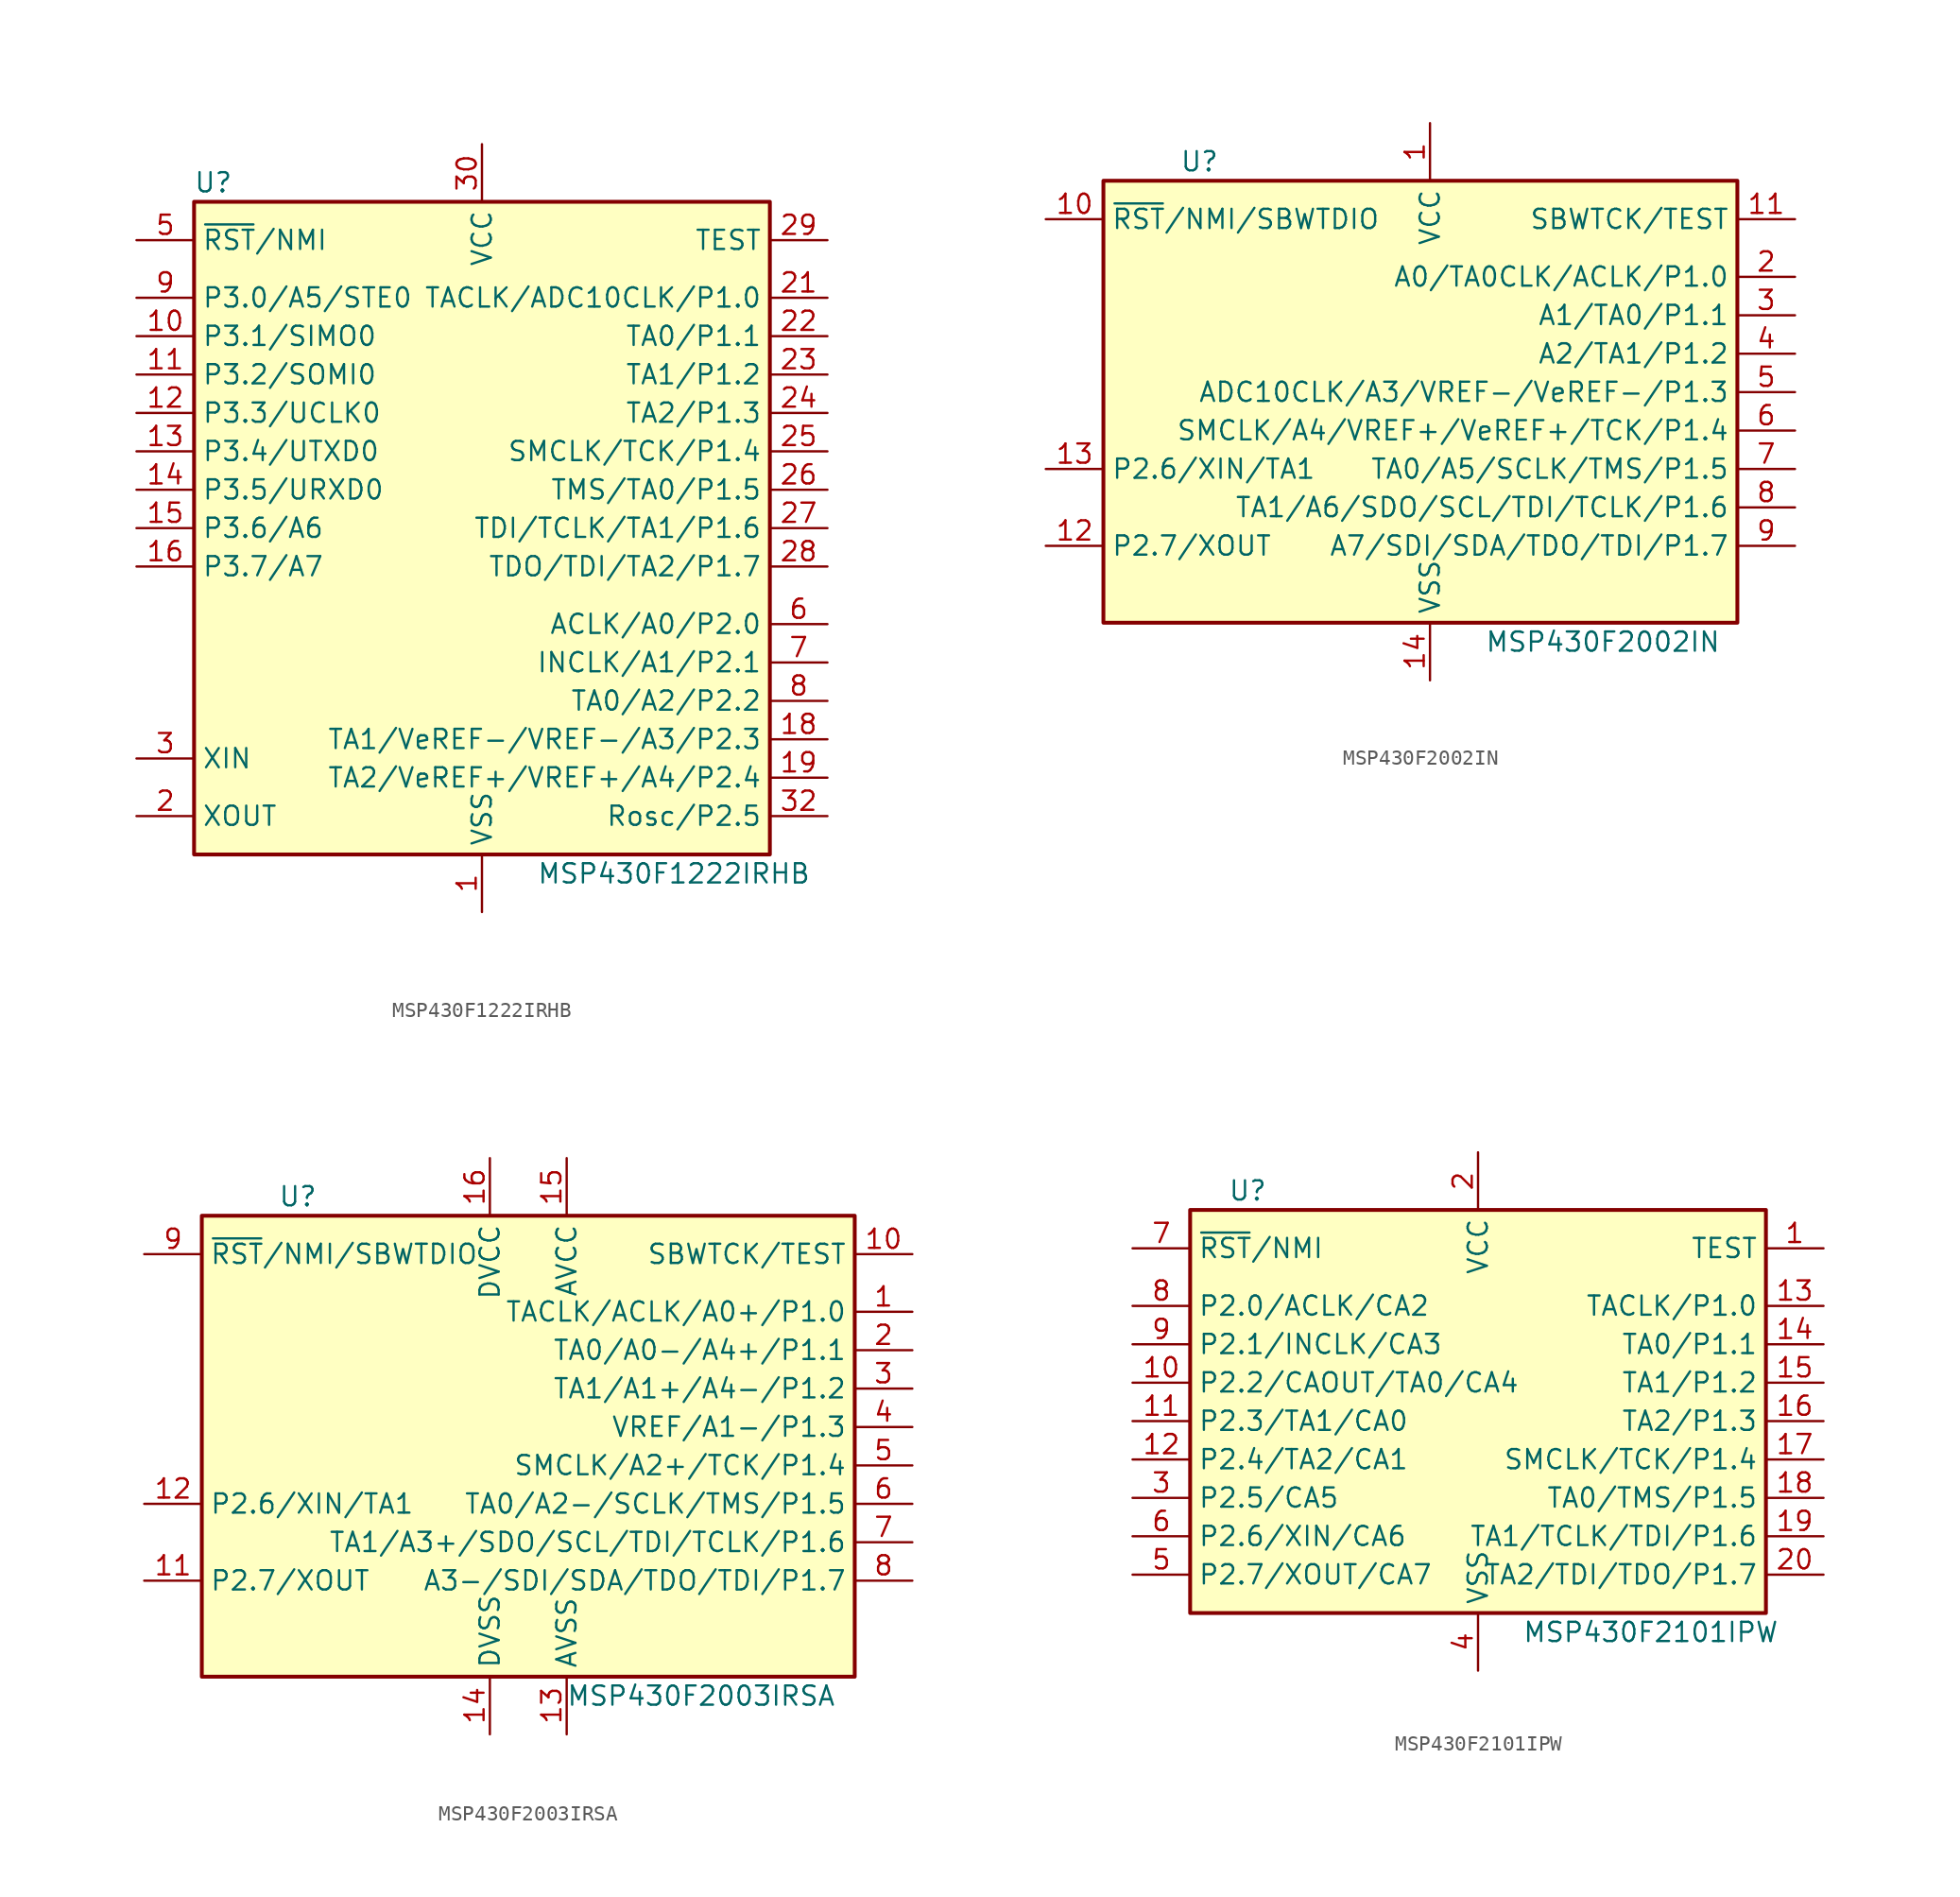
<source format=kicad_sym>
(kicad_symbol_lib
  (version 20231120)
  (generator "kicad_symbol_editor")
  (generator_version "8.0")
  (symbol "MSP430F1222IRHB"
    (property "Reference" "U"
      (at -17.78 22.86 0)
      (effects (font (size 1.27 1.27))))
    (property "Value" "MSP430F1222IRHB"
      (at 12.7 -22.86 0)
      (effects (font (size 1.27 1.27))))
    (symbol "MSP430F1222IRHB_0_1"
      (rectangle (start -19.05 21.59) (end 19.05 -21.59) (stroke (width 0.254) (type default)) (fill (type background))))
    (symbol "MSP430F1222IRHB_1_1"
      (pin power_in line (at 0 -25.4 90) (length 3.81) (name "VSS" (effects (font (size 1.27 1.27)))) (number "1" (effects (font (size 1.27 1.27)))))
      (pin bidirectional line (at -22.86 12.7 0) (length 3.81) (name "P3.1/SIMO0" (effects (font (size 1.27 1.27)))) (number "10" (effects (font (size 1.27 1.27)))))
      (pin bidirectional line (at -22.86 10.16 0) (length 3.81) (name "P3.2/SOMI0" (effects (font (size 1.27 1.27)))) (number "11" (effects (font (size 1.27 1.27)))))
      (pin bidirectional line (at -22.86 7.62 0) (length 3.81) (name "P3.3/UCLK0" (effects (font (size 1.27 1.27)))) (number "12" (effects (font (size 1.27 1.27)))))
      (pin bidirectional line (at -22.86 5.08 0) (length 3.81) (name "P3.4/UTXD0" (effects (font (size 1.27 1.27)))) (number "13" (effects (font (size 1.27 1.27)))))
      (pin bidirectional line (at -22.86 2.54 0) (length 3.81) (name "P3.5/URXD0" (effects (font (size 1.27 1.27)))) (number "14" (effects (font (size 1.27 1.27)))))
      (pin bidirectional line (at -22.86 0 0) (length 3.81) (name "P3.6/A6" (effects (font (size 1.27 1.27)))) (number "15" (effects (font (size 1.27 1.27)))))
      (pin bidirectional line (at -22.86 -2.54 0) (length 3.81) (name "P3.7/A7" (effects (font (size 1.27 1.27)))) (number "16" (effects (font (size 1.27 1.27)))))
      (pin bidirectional line (at 22.86 -13.97 180) (length 3.81) (name "TA1/VeREF-/VREF-/A3/P2.3" (effects (font (size 1.27 1.27)))) (number "18" (effects (font (size 1.27 1.27)))))
      (pin bidirectional line (at 22.86 -16.51 180) (length 3.81) (name "TA2/VeREF+/VREF+/A4/P2.4" (effects (font (size 1.27 1.27)))) (number "19" (effects (font (size 1.27 1.27)))))
      (pin output line (at -22.86 -19.05 0) (length 3.81) (name "XOUT" (effects (font (size 1.27 1.27)))) (number "2" (effects (font (size 1.27 1.27)))))
      (pin bidirectional line (at 22.86 15.24 180) (length 3.81) (name "TACLK/ADC10CLK/P1.0" (effects (font (size 1.27 1.27)))) (number "21" (effects (font (size 1.27 1.27)))))
      (pin bidirectional line (at 22.86 12.7 180) (length 3.81) (name "TA0/P1.1" (effects (font (size 1.27 1.27)))) (number "22" (effects (font (size 1.27 1.27)))))
      (pin bidirectional line (at 22.86 10.16 180) (length 3.81) (name "TA1/P1.2" (effects (font (size 1.27 1.27)))) (number "23" (effects (font (size 1.27 1.27)))))
      (pin bidirectional line (at 22.86 7.62 180) (length 3.81) (name "TA2/P1.3" (effects (font (size 1.27 1.27)))) (number "24" (effects (font (size 1.27 1.27)))))
      (pin bidirectional line (at 22.86 5.08 180) (length 3.81) (name "SMCLK/TCK/P1.4" (effects (font (size 1.27 1.27)))) (number "25" (effects (font (size 1.27 1.27)))))
      (pin bidirectional line (at 22.86 2.54 180) (length 3.81) (name "TMS/TA0/P1.5" (effects (font (size 1.27 1.27)))) (number "26" (effects (font (size 1.27 1.27)))))
      (pin bidirectional line (at 22.86 0 180) (length 3.81) (name "TDI/TCLK/TA1/P1.6" (effects (font (size 1.27 1.27)))) (number "27" (effects (font (size 1.27 1.27)))))
      (pin bidirectional line (at 22.86 -2.54 180) (length 3.81) (name "TDO/TDI/TA2/P1.7" (effects (font (size 1.27 1.27)))) (number "28" (effects (font (size 1.27 1.27)))))
      (pin input line (at 22.86 19.05 180) (length 3.81) (name "TEST" (effects (font (size 1.27 1.27)))) (number "29" (effects (font (size 1.27 1.27)))))
      (pin input line (at -22.86 -15.24 0) (length 3.81) (name "XIN" (effects (font (size 1.27 1.27)))) (number "3" (effects (font (size 1.27 1.27)))))
      (pin power_in line (at 0 25.4 270) (length 3.81) (name "VCC" (effects (font (size 1.27 1.27)))) (number "30" (effects (font (size 1.27 1.27)))))
      (pin bidirectional line (at 22.86 -19.05 180) (length 3.81) (name "Rosc/P2.5" (effects (font (size 1.27 1.27)))) (number "32" (effects (font (size 1.27 1.27)))))
      (pin input line (at -22.86 19.05 0) (length 3.81) (name "~{RST}/NMI" (effects (font (size 1.27 1.27)))) (number "5" (effects (font (size 1.27 1.27)))))
      (pin bidirectional line (at 22.86 -6.35 180) (length 3.81) (name "ACLK/A0/P2.0" (effects (font (size 1.27 1.27)))) (number "6" (effects (font (size 1.27 1.27)))))
      (pin bidirectional line (at 22.86 -8.89 180) (length 3.81) (name "INCLK/A1/P2.1" (effects (font (size 1.27 1.27)))) (number "7" (effects (font (size 1.27 1.27)))))
      (pin bidirectional line (at 22.86 -11.43 180) (length 3.81) (name "TA0/A2/P2.2" (effects (font (size 1.27 1.27)))) (number "8" (effects (font (size 1.27 1.27)))))
      (pin bidirectional line (at -22.86 15.24 0) (length 3.81) (name "P3.0/A5/STE0" (effects (font (size 1.27 1.27)))) (number "9" (effects (font (size 1.27 1.27)))))))
  (symbol "MSP430F2002IN"
    (property "Reference" "U"
      (at -15.24 15.24 0)
      (effects (font (size 1.27 1.27))))
    (property "Value" "MSP430F2002IN"
      (at 11.43 -16.51 0)
      (effects (font (size 1.27 1.27))))
    (symbol "MSP430F2002IN_0_1"
      (rectangle (start -21.59 13.97) (end 20.32 -15.24) (stroke (width 0.254) (type default)) (fill (type background))))
    (symbol "MSP430F2002IN_1_1"
      (pin power_in line (at 0 17.78 270) (length 3.81) (name "VCC" (effects (font (size 1.27 1.27)))) (number "1" (effects (font (size 1.27 1.27)))))
      (pin input line (at -25.4 11.43 0) (length 3.81) (name "~{RST}/NMI/SBWTDIO" (effects (font (size 1.27 1.27)))) (number "10" (effects (font (size 1.27 1.27)))))
      (pin input line (at 24.13 11.43 180) (length 3.81) (name "SBWTCK/TEST" (effects (font (size 1.27 1.27)))) (number "11" (effects (font (size 1.27 1.27)))))
      (pin bidirectional line (at -25.4 -10.16 0) (length 3.81) (name "P2.7/XOUT" (effects (font (size 1.27 1.27)))) (number "12" (effects (font (size 1.27 1.27)))))
      (pin bidirectional line (at -25.4 -5.08 0) (length 3.81) (name "P2.6/XIN/TA1" (effects (font (size 1.27 1.27)))) (number "13" (effects (font (size 1.27 1.27)))))
      (pin power_in line (at 0 -19.05 90) (length 3.81) (name "VSS" (effects (font (size 1.27 1.27)))) (number "14" (effects (font (size 1.27 1.27)))))
      (pin bidirectional line (at 24.13 7.62 180) (length 3.81) (name "A0/TA0CLK/ACLK/P1.0" (effects (font (size 1.27 1.27)))) (number "2" (effects (font (size 1.27 1.27)))))
      (pin bidirectional line (at 24.13 5.08 180) (length 3.81) (name "A1/TA0/P1.1" (effects (font (size 1.27 1.27)))) (number "3" (effects (font (size 1.27 1.27)))))
      (pin bidirectional line (at 24.13 2.54 180) (length 3.81) (name "A2/TA1/P1.2" (effects (font (size 1.27 1.27)))) (number "4" (effects (font (size 1.27 1.27)))))
      (pin bidirectional line (at 24.13 0 180) (length 3.81) (name "ADC10CLK/A3/VREF-/VeREF-/P1.3" (effects (font (size 1.27 1.27)))) (number "5" (effects (font (size 1.27 1.27)))))
      (pin bidirectional line (at 24.13 -2.54 180) (length 3.81) (name "SMCLK/A4/VREF+/VeREF+/TCK/P1.4" (effects (font (size 1.27 1.27)))) (number "6" (effects (font (size 1.27 1.27)))))
      (pin bidirectional line (at 24.13 -5.08 180) (length 3.81) (name "TA0/A5/SCLK/TMS/P1.5" (effects (font (size 1.27 1.27)))) (number "7" (effects (font (size 1.27 1.27)))))
      (pin bidirectional line (at 24.13 -7.62 180) (length 3.81) (name "TA1/A6/SDO/SCL/TDI/TCLK/P1.6" (effects (font (size 1.27 1.27)))) (number "8" (effects (font (size 1.27 1.27)))))
      (pin bidirectional line (at 24.13 -10.16 180) (length 3.81) (name "A7/SDI/SDA/TDO/TDI/P1.7" (effects (font (size 1.27 1.27)))) (number "9" (effects (font (size 1.27 1.27)))))))
  (symbol "MSP430F2003IRSA"
    (property "Reference" "U"
      (at -15.24 15.24 0)
      (effects (font (size 1.27 1.27))))
    (property "Value" "MSP430F2003IRSA"
      (at 11.43 -17.78 0)
      (effects (font (size 1.27 1.27))))
    (symbol "MSP430F2003IRSA_0_1"
      (rectangle (start -21.59 13.97) (end 21.59 -16.51) (stroke (width 0.254) (type default)) (fill (type background))))
    (symbol "MSP430F2003IRSA_1_1"
      (pin bidirectional line (at 25.4 7.62 180) (length 3.81) (name "TACLK/ACLK/A0+/P1.0" (effects (font (size 1.27 1.27)))) (number "1" (effects (font (size 1.27 1.27)))))
      (pin input line (at 25.4 11.43 180) (length 3.81) (name "SBWTCK/TEST" (effects (font (size 1.27 1.27)))) (number "10" (effects (font (size 1.27 1.27)))))
      (pin bidirectional line (at -25.4 -10.16 0) (length 3.81) (name "P2.7/XOUT" (effects (font (size 1.27 1.27)))) (number "11" (effects (font (size 1.27 1.27)))))
      (pin bidirectional line (at -25.4 -5.08 0) (length 3.81) (name "P2.6/XIN/TA1" (effects (font (size 1.27 1.27)))) (number "12" (effects (font (size 1.27 1.27)))))
      (pin power_in line (at 2.54 -20.32 90) (length 3.81) (name "AVSS" (effects (font (size 1.27 1.27)))) (number "13" (effects (font (size 1.27 1.27)))))
      (pin power_in line (at -2.54 -20.32 90) (length 3.81) (name "DVSS" (effects (font (size 1.27 1.27)))) (number "14" (effects (font (size 1.27 1.27)))))
      (pin power_in line (at 2.54 17.78 270) (length 3.81) (name "AVCC" (effects (font (size 1.27 1.27)))) (number "15" (effects (font (size 1.27 1.27)))))
      (pin power_in line (at -2.54 17.78 270) (length 3.81) (name "DVCC" (effects (font (size 1.27 1.27)))) (number "16" (effects (font (size 1.27 1.27)))))
      (pin bidirectional line (at 25.4 5.08 180) (length 3.81) (name "TA0/A0-/A4+/P1.1" (effects (font (size 1.27 1.27)))) (number "2" (effects (font (size 1.27 1.27)))))
      (pin bidirectional line (at 25.4 2.54 180) (length 3.81) (name "TA1/A1+/A4-/P1.2" (effects (font (size 1.27 1.27)))) (number "3" (effects (font (size 1.27 1.27)))))
      (pin bidirectional line (at 25.4 0 180) (length 3.81) (name "VREF/A1-/P1.3" (effects (font (size 1.27 1.27)))) (number "4" (effects (font (size 1.27 1.27)))))
      (pin bidirectional line (at 25.4 -2.54 180) (length 3.81) (name "SMCLK/A2+/TCK/P1.4" (effects (font (size 1.27 1.27)))) (number "5" (effects (font (size 1.27 1.27)))))
      (pin bidirectional line (at 25.4 -5.08 180) (length 3.81) (name "TA0/A2-/SCLK/TMS/P1.5" (effects (font (size 1.27 1.27)))) (number "6" (effects (font (size 1.27 1.27)))))
      (pin bidirectional line (at 25.4 -7.62 180) (length 3.81) (name "TA1/A3+/SDO/SCL/TDI/TCLK/P1.6" (effects (font (size 1.27 1.27)))) (number "7" (effects (font (size 1.27 1.27)))))
      (pin bidirectional line (at 25.4 -10.16 180) (length 3.81) (name "A3-/SDI/SDA/TDO/TDI/P1.7" (effects (font (size 1.27 1.27)))) (number "8" (effects (font (size 1.27 1.27)))))
      (pin input line (at -25.4 11.43 0) (length 3.81) (name "~{RST}/NMI/SBWTDIO" (effects (font (size 1.27 1.27)))) (number "9" (effects (font (size 1.27 1.27)))))))
  (symbol "MSP430F2101IPW"
    (property "Reference" "U"
      (at -15.24 15.24 0)
      (effects (font (size 1.27 1.27))))
    (property "Value" "MSP430F2101IPW"
      (at 11.43 -13.97 0)
      (effects (font (size 1.27 1.27))))
    (symbol "MSP430F2101IPW_0_1"
      (rectangle (start -19.05 13.97) (end 19.05 -12.7) (stroke (width 0.254) (type default)) (fill (type background))))
    (symbol "MSP430F2101IPW_1_1"
      (pin input line (at 22.86 11.43 180) (length 3.81) (name "TEST" (effects (font (size 1.27 1.27)))) (number "1" (effects (font (size 1.27 1.27)))))
      (pin bidirectional line (at -22.86 2.54 0) (length 3.81) (name "P2.2/CAOUT/TA0/CA4" (effects (font (size 1.27 1.27)))) (number "10" (effects (font (size 1.27 1.27)))))
      (pin bidirectional line (at -22.86 0 0) (length 3.81) (name "P2.3/TA1/CA0" (effects (font (size 1.27 1.27)))) (number "11" (effects (font (size 1.27 1.27)))))
      (pin bidirectional line (at -22.86 -2.54 0) (length 3.81) (name "P2.4/TA2/CA1" (effects (font (size 1.27 1.27)))) (number "12" (effects (font (size 1.27 1.27)))))
      (pin bidirectional line (at 22.86 7.62 180) (length 3.81) (name "TACLK/P1.0" (effects (font (size 1.27 1.27)))) (number "13" (effects (font (size 1.27 1.27)))))
      (pin bidirectional line (at 22.86 5.08 180) (length 3.81) (name "TA0/P1.1" (effects (font (size 1.27 1.27)))) (number "14" (effects (font (size 1.27 1.27)))))
      (pin bidirectional line (at 22.86 2.54 180) (length 3.81) (name "TA1/P1.2" (effects (font (size 1.27 1.27)))) (number "15" (effects (font (size 1.27 1.27)))))
      (pin bidirectional line (at 22.86 0 180) (length 3.81) (name "TA2/P1.3" (effects (font (size 1.27 1.27)))) (number "16" (effects (font (size 1.27 1.27)))))
      (pin bidirectional line (at 22.86 -2.54 180) (length 3.81) (name "SMCLK/TCK/P1.4" (effects (font (size 1.27 1.27)))) (number "17" (effects (font (size 1.27 1.27)))))
      (pin bidirectional line (at 22.86 -5.08 180) (length 3.81) (name "TA0/TMS/P1.5" (effects (font (size 1.27 1.27)))) (number "18" (effects (font (size 1.27 1.27)))))
      (pin bidirectional line (at 22.86 -7.62 180) (length 3.81) (name "TA1/TCLK/TDI/P1.6" (effects (font (size 1.27 1.27)))) (number "19" (effects (font (size 1.27 1.27)))))
      (pin power_in line (at 0 17.78 270) (length 3.81) (name "VCC" (effects (font (size 1.27 1.27)))) (number "2" (effects (font (size 1.27 1.27)))))
      (pin bidirectional line (at 22.86 -10.16 180) (length 3.81) (name "TA2/TDI/TDO/P1.7" (effects (font (size 1.27 1.27)))) (number "20" (effects (font (size 1.27 1.27)))))
      (pin bidirectional line (at -22.86 -5.08 0) (length 3.81) (name "P2.5/CA5" (effects (font (size 1.27 1.27)))) (number "3" (effects (font (size 1.27 1.27)))))
      (pin power_in line (at 0 -16.51 90) (length 3.81) (name "VSS" (effects (font (size 1.27 1.27)))) (number "4" (effects (font (size 1.27 1.27)))))
      (pin bidirectional line (at -22.86 -10.16 0) (length 3.81) (name "P2.7/XOUT/CA7" (effects (font (size 1.27 1.27)))) (number "5" (effects (font (size 1.27 1.27)))))
      (pin bidirectional line (at -22.86 -7.62 0) (length 3.81) (name "P2.6/XIN/CA6" (effects (font (size 1.27 1.27)))) (number "6" (effects (font (size 1.27 1.27)))))
      (pin input line (at -22.86 11.43 0) (length 3.81) (name "~{RST}/NMI" (effects (font (size 1.27 1.27)))) (number "7" (effects (font (size 1.27 1.27)))))
      (pin bidirectional line (at -22.86 7.62 0) (length 3.81) (name "P2.0/ACLK/CA2" (effects (font (size 1.27 1.27)))) (number "8" (effects (font (size 1.27 1.27)))))
      (pin bidirectional line (at -22.86 5.08 0) (length 3.81) (name "P2.1/INCLK/CA3" (effects (font (size 1.27 1.27)))) (number "9" (effects (font (size 1.27 1.27))))))))
</source>
